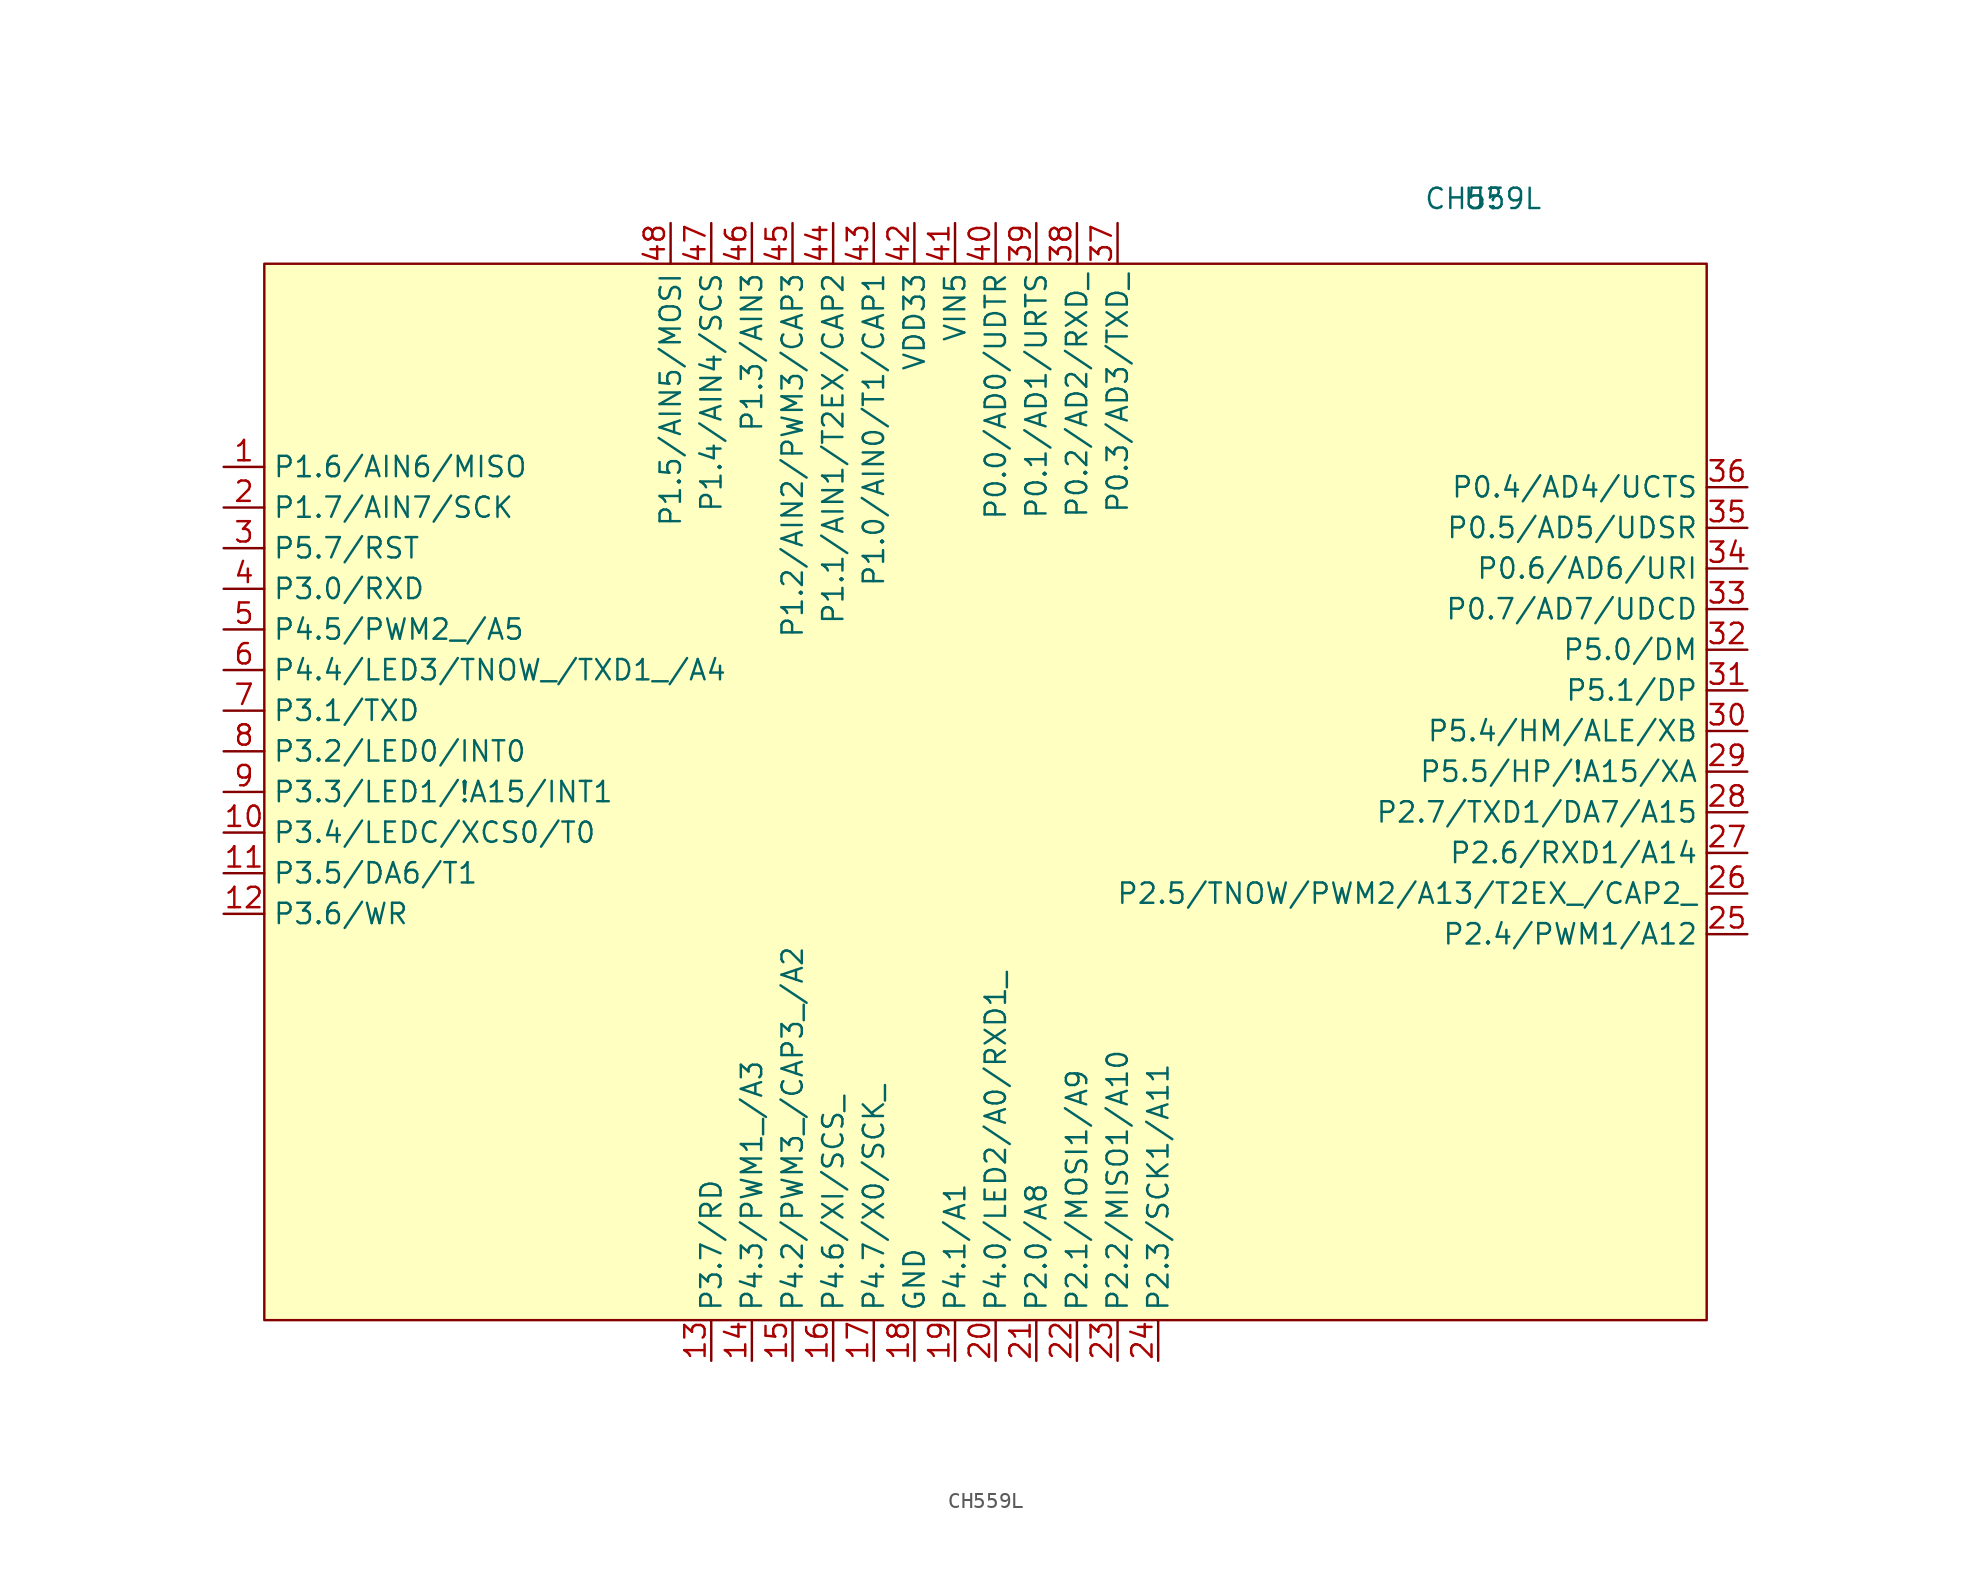
<source format=kicad_sym>
(kicad_symbol_lib
  (version 20231120)
  (generator "kicad_symbol_editor")
  (generator_version "8.0")
  (symbol "CH559L"
    (property "Reference" "U"
      (at 35.56 38.354 0)
      (effects (font (size 1.27 1.27))))
    (property "Value" "CH559L"
      (at 35.56 38.354 0)
      (effects (font (size 1.27 1.27))))
    (symbol "CH559L_1_1"
      (rectangle (start -40.64 34.29) (end 49.53 -31.75) (stroke (width 0) (type default)) (fill (type background)))
      (pin passive line (at -43.18 21.59 0) (length 2.54) (name "P1.6/AIN6/MISO" (effects (font (size 1.27 1.27)))) (number "1" (effects (font (size 1.27 1.27)))))
      (pin passive line (at -43.18 -1.27 0) (length 2.54) (name "P3.4/LEDC/XCS0/T0" (effects (font (size 1.27 1.27)))) (number "10" (effects (font (size 1.27 1.27)))))
      (pin passive line (at -43.18 -3.81 0) (length 2.54) (name "P3.5/DA6/T1" (effects (font (size 1.27 1.27)))) (number "11" (effects (font (size 1.27 1.27)))))
      (pin passive line (at -43.18 -6.35 0) (length 2.54) (name "P3.6/WR" (effects (font (size 1.27 1.27)))) (number "12" (effects (font (size 1.27 1.27)))))
      (pin passive line (at -12.7 -34.29 90) (length 2.54) (name "P3.7/RD" (effects (font (size 1.27 1.27)))) (number "13" (effects (font (size 1.27 1.27)))))
      (pin passive line (at -10.16 -34.29 90) (length 2.54) (name "P4.3/PWM1_/A3" (effects (font (size 1.27 1.27)))) (number "14" (effects (font (size 1.27 1.27)))))
      (pin passive line (at -7.62 -34.29 90) (length 2.54) (name "P4.2/PWM3_/CAP3_/A2" (effects (font (size 1.27 1.27)))) (number "15" (effects (font (size 1.27 1.27)))))
      (pin passive line (at -5.08 -34.29 90) (length 2.54) (name "P4.6/XI/SCS_" (effects (font (size 1.27 1.27)))) (number "16" (effects (font (size 1.27 1.27)))))
      (pin passive line (at -2.54 -34.29 90) (length 2.54) (name "P4.7/X0/SCK_" (effects (font (size 1.27 1.27)))) (number "17" (effects (font (size 1.27 1.27)))))
      (pin passive line (at 0 -34.29 90) (length 2.54) (name "GND" (effects (font (size 1.27 1.27)))) (number "18" (effects (font (size 1.27 1.27)))))
      (pin passive line (at 2.54 -34.29 90) (length 2.54) (name "P4.1/A1" (effects (font (size 1.27 1.27)))) (number "19" (effects (font (size 1.27 1.27)))))
      (pin passive line (at -43.18 19.05 0) (length 2.54) (name "P1.7/AIN7/SCK" (effects (font (size 1.27 1.27)))) (number "2" (effects (font (size 1.27 1.27)))))
      (pin passive line (at 5.08 -34.29 90) (length 2.54) (name "P4.0/LED2/A0/RXD1_" (effects (font (size 1.27 1.27)))) (number "20" (effects (font (size 1.27 1.27)))))
      (pin passive line (at 7.62 -34.29 90) (length 2.54) (name "P2.0/A8" (effects (font (size 1.27 1.27)))) (number "21" (effects (font (size 1.27 1.27)))))
      (pin passive line (at 10.16 -34.29 90) (length 2.54) (name "P2.1/MOSI1/A9" (effects (font (size 1.27 1.27)))) (number "22" (effects (font (size 1.27 1.27)))))
      (pin passive line (at 12.7 -34.29 90) (length 2.54) (name "P2.2/MISO1/A10" (effects (font (size 1.27 1.27)))) (number "23" (effects (font (size 1.27 1.27)))))
      (pin passive line (at 15.24 -34.29 90) (length 2.54) (name "P2.3/SCK1/A11" (effects (font (size 1.27 1.27)))) (number "24" (effects (font (size 1.27 1.27)))))
      (pin passive line (at 52.07 -7.62 180) (length 2.54) (name "P2.4/PWM1/A12" (effects (font (size 1.27 1.27)))) (number "25" (effects (font (size 1.27 1.27)))))
      (pin passive line (at 52.07 -5.08 180) (length 2.54) (name "P2.5/TNOW/PWM2/A13/T2EX_/CAP2_" (effects (font (size 1.27 1.27)))) (number "26" (effects (font (size 1.27 1.27)))))
      (pin passive line (at 52.07 -2.54 180) (length 2.54) (name "P2.6/RXD1/A14" (effects (font (size 1.27 1.27)))) (number "27" (effects (font (size 1.27 1.27)))))
      (pin passive line (at 52.07 0 180) (length 2.54) (name "P2.7/TXD1/DA7/A15" (effects (font (size 1.27 1.27)))) (number "28" (effects (font (size 1.27 1.27)))))
      (pin passive line (at 52.07 2.54 180) (length 2.54) (name "P5.5/HP/!A15/XA" (effects (font (size 1.27 1.27)))) (number "29" (effects (font (size 1.27 1.27)))))
      (pin passive line (at -43.18 16.51 0) (length 2.54) (name "P5.7/RST" (effects (font (size 1.27 1.27)))) (number "3" (effects (font (size 1.27 1.27)))))
      (pin passive line (at 52.07 5.08 180) (length 2.54) (name "P5.4/HM/ALE/XB" (effects (font (size 1.27 1.27)))) (number "30" (effects (font (size 1.27 1.27)))))
      (pin passive line (at 52.07 7.62 180) (length 2.54) (name "P5.1/DP" (effects (font (size 1.27 1.27)))) (number "31" (effects (font (size 1.27 1.27)))))
      (pin passive line (at 52.07 10.16 180) (length 2.54) (name "P5.0/DM" (effects (font (size 1.27 1.27)))) (number "32" (effects (font (size 1.27 1.27)))))
      (pin passive line (at 52.07 12.7 180) (length 2.54) (name "P0.7/AD7/UDCD" (effects (font (size 1.27 1.27)))) (number "33" (effects (font (size 1.27 1.27)))))
      (pin passive line (at 52.07 15.24 180) (length 2.54) (name "P0.6/AD6/URI" (effects (font (size 1.27 1.27)))) (number "34" (effects (font (size 1.27 1.27)))))
      (pin passive line (at 52.07 17.78 180) (length 2.54) (name "P0.5/AD5/UDSR" (effects (font (size 1.27 1.27)))) (number "35" (effects (font (size 1.27 1.27)))))
      (pin passive line (at 52.07 20.32 180) (length 2.54) (name "P0.4/AD4/UCTS" (effects (font (size 1.27 1.27)))) (number "36" (effects (font (size 1.27 1.27)))))
      (pin passive line (at 12.7 36.83 270) (length 2.54) (name "P0.3/AD3/TXD_" (effects (font (size 1.27 1.27)))) (number "37" (effects (font (size 1.27 1.27)))))
      (pin passive line (at 10.16 36.83 270) (length 2.54) (name "P0.2/AD2/RXD_" (effects (font (size 1.27 1.27)))) (number "38" (effects (font (size 1.27 1.27)))))
      (pin passive line (at 7.62 36.83 270) (length 2.54) (name "P0.1/AD1/URTS" (effects (font (size 1.27 1.27)))) (number "39" (effects (font (size 1.27 1.27)))))
      (pin passive line (at -43.18 13.97 0) (length 2.54) (name "P3.0/RXD" (effects (font (size 1.27 1.27)))) (number "4" (effects (font (size 1.27 1.27)))))
      (pin passive line (at 5.08 36.83 270) (length 2.54) (name "P0.0/AD0/UDTR" (effects (font (size 1.27 1.27)))) (number "40" (effects (font (size 1.27 1.27)))))
      (pin passive line (at 2.54 36.83 270) (length 2.54) (name "VIN5" (effects (font (size 1.27 1.27)))) (number "41" (effects (font (size 1.27 1.27)))))
      (pin passive line (at 0 36.83 270) (length 2.54) (name "VDD33" (effects (font (size 1.27 1.27)))) (number "42" (effects (font (size 1.27 1.27)))))
      (pin passive line (at -2.54 36.83 270) (length 2.54) (name "P1.0/AIN0/T1/CAP1" (effects (font (size 1.27 1.27)))) (number "43" (effects (font (size 1.27 1.27)))))
      (pin passive line (at -5.08 36.83 270) (length 2.54) (name "P1.1/AIN1/T2EX/CAP2" (effects (font (size 1.27 1.27)))) (number "44" (effects (font (size 1.27 1.27)))))
      (pin passive line (at -7.62 36.83 270) (length 2.54) (name "P1.2/AIN2/PWM3/CAP3" (effects (font (size 1.27 1.27)))) (number "45" (effects (font (size 1.27 1.27)))))
      (pin passive line (at -10.16 36.83 270) (length 2.54) (name "P1.3/AIN3" (effects (font (size 1.27 1.27)))) (number "46" (effects (font (size 1.27 1.27)))))
      (pin passive line (at -12.7 36.83 270) (length 2.54) (name "P1.4/AIN4/SCS" (effects (font (size 1.27 1.27)))) (number "47" (effects (font (size 1.27 1.27)))))
      (pin passive line (at -15.24 36.83 270) (length 2.54) (name "P1.5/AIN5/MOSI" (effects (font (size 1.27 1.27)))) (number "48" (effects (font (size 1.27 1.27)))))
      (pin passive line (at -43.18 11.43 0) (length 2.54) (name "P4.5/PWM2_/A5" (effects (font (size 1.27 1.27)))) (number "5" (effects (font (size 1.27 1.27)))))
      (pin passive line (at -43.18 8.89 0) (length 2.54) (name "P4.4/LED3/TNOW_/TXD1_/A4" (effects (font (size 1.27 1.27)))) (number "6" (effects (font (size 1.27 1.27)))))
      (pin passive line (at -43.18 6.35 0) (length 2.54) (name "P3.1/TXD" (effects (font (size 1.27 1.27)))) (number "7" (effects (font (size 1.27 1.27)))))
      (pin passive line (at -43.18 3.81 0) (length 2.54) (name "P3.2/LED0/INT0" (effects (font (size 1.27 1.27)))) (number "8" (effects (font (size 1.27 1.27)))))
      (pin passive line (at -43.18 1.27 0) (length 2.54) (name "P3.3/LED1/!A15/INT1" (effects (font (size 1.27 1.27)))) (number "9" (effects (font (size 1.27 1.27))))))))
</source>
